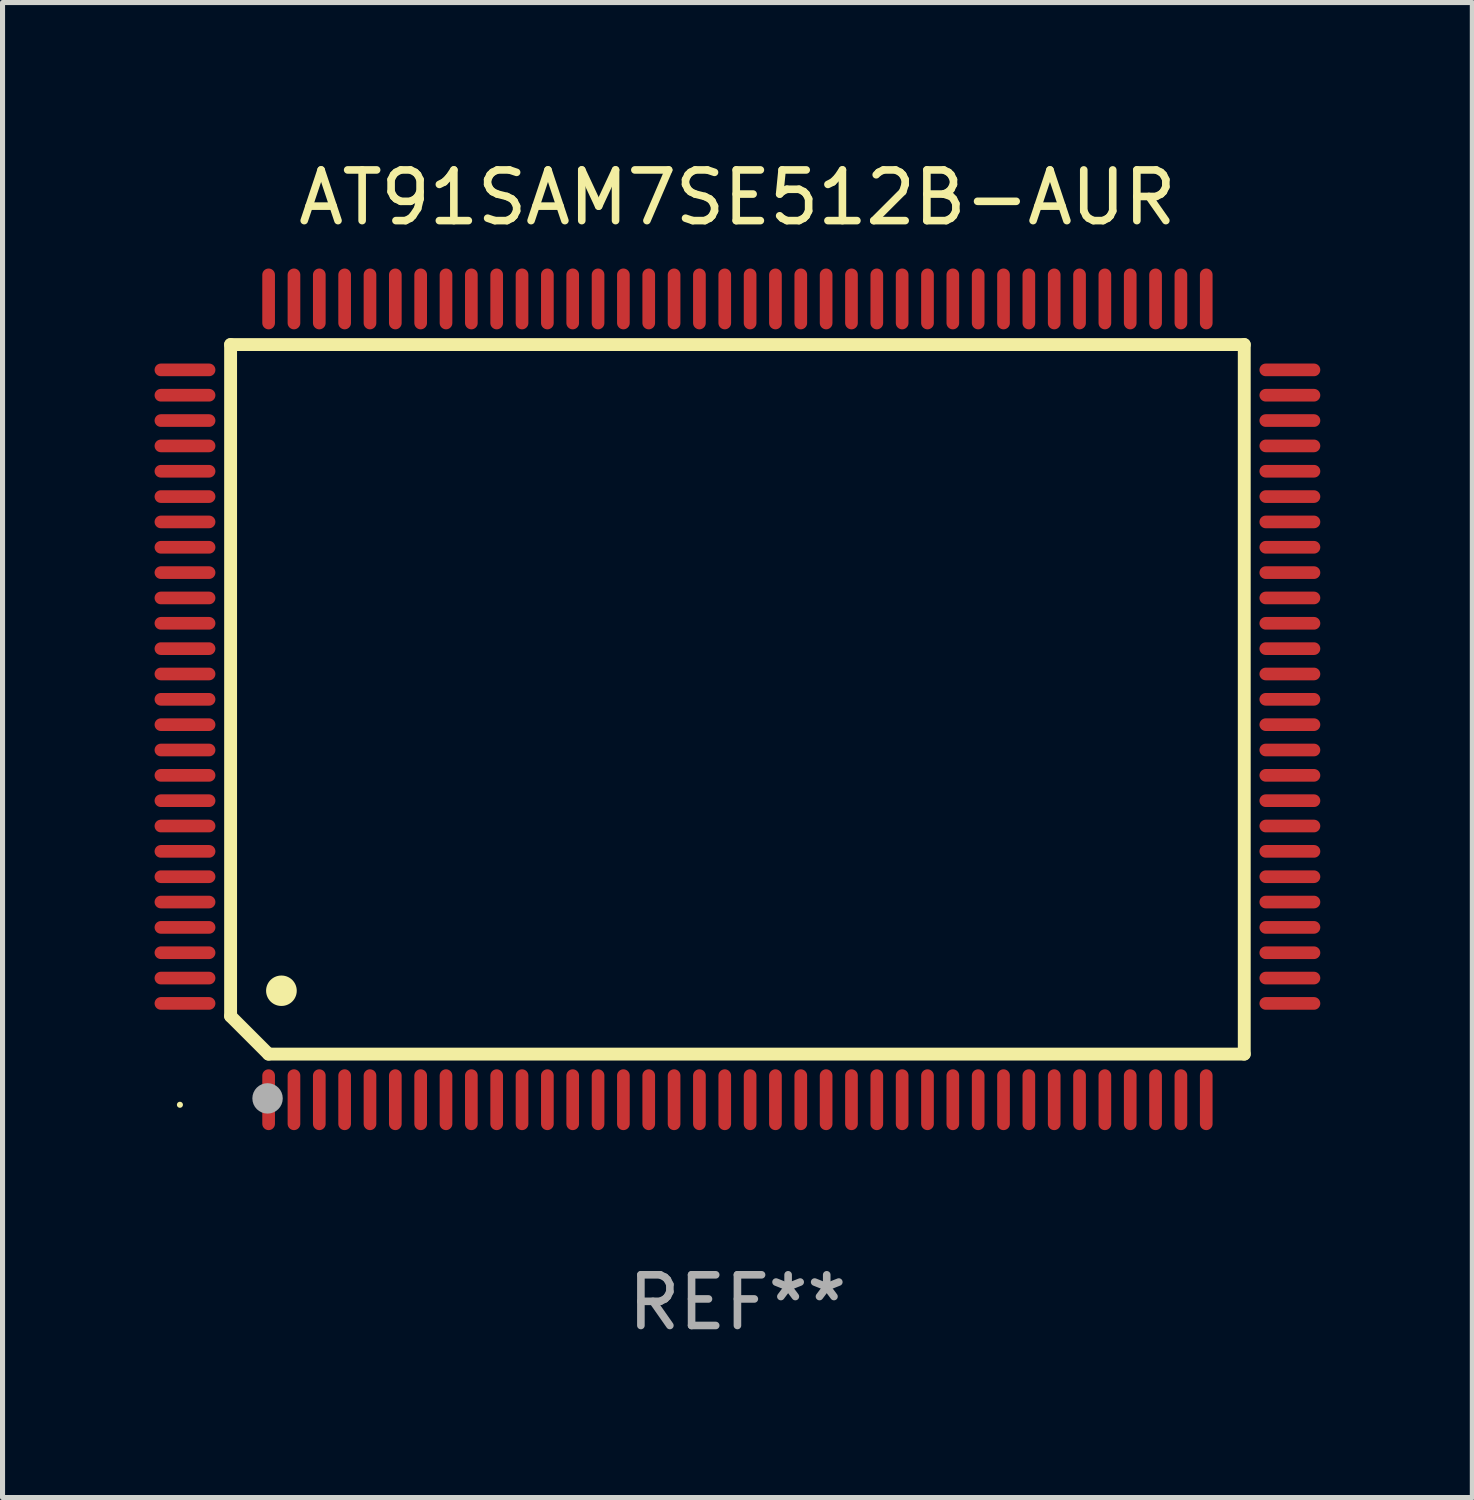
<source format=kicad_pcb>
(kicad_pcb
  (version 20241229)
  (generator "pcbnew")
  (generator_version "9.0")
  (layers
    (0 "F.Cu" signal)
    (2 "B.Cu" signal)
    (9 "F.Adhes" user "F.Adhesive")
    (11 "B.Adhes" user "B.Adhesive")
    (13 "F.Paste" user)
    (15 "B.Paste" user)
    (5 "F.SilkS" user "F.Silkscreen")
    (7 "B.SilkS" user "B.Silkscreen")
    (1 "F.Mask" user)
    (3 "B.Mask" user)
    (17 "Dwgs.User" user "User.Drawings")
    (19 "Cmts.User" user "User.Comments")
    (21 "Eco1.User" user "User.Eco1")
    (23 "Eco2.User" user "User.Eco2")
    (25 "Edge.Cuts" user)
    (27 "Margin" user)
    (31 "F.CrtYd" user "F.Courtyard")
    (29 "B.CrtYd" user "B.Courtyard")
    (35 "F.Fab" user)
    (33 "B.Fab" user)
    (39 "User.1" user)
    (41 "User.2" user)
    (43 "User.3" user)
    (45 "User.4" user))
  (footprint "AT91SAM7SE512B-AUR"
    (layer "F.Cu")
    (at 11.5 10.748)
    (property "Reference" "AT91SAM7SE512B-AUR" (at 0 -9.9 0) (layer "F.SilkS") (effects (font (size 1 1) (thickness 0.15))))
    (attr through_hole)
    (fp_line (start -10 -7) (end -10 6.25) (stroke (width 0.254) (type solid)) (layer "F.SilkS"))
    (fp_line (start -10 -7) (end 10 -7) (stroke (width 0.254) (type solid)) (layer "F.SilkS"))
    (fp_line (start -9.252 7) (end -10 6.252) (stroke (width 0.254) (type solid)) (layer "F.SilkS"))
    (fp_line (start 10 -7) (end 10 7) (stroke (width 0.254) (type solid)) (layer "F.SilkS"))
    (fp_line (start 10 7) (end -9.252 7) (stroke (width 0.254) (type solid)) (layer "F.SilkS"))
    (fp_arc (start -9.000025 5.750013) (mid -8.997485 5.750002) (end -8.994945 5.750013) (stroke (width 0.6) (type solid)) (layer "F.SilkS"))
    (fp_circle (center -11 8) (end -10.97 8) (stroke (width 0.06) (type solid)) (fill no) (layer "F.SilkS"))
    (fp_circle (center -9.271 7.874) (end -9.121 7.874) (stroke (width 0.3) (type solid)) (fill no) (layer "F.Fab"))
    (fp_text user "REF**" (at 0 11.9 0) (layer "F.Fab") (effects (font (size 1 1) (thickness 0.15))))
    (pad "1" smd oval (at -9.25 7.9) (size 0.25 1.2) (layers "F.Cu" "F.Mask" "F.Paste"))
    (pad "2" smd oval (at -8.75 7.9) (size 0.25 1.2) (layers "F.Cu" "F.Mask" "F.Paste"))
    (pad "3" smd oval (at -8.25 7.9) (size 0.25 1.2) (layers "F.Cu" "F.Mask" "F.Paste"))
    (pad "4" smd oval (at -7.75 7.9) (size 0.25 1.2) (layers "F.Cu" "F.Mask" "F.Paste"))
    (pad "5" smd oval (at -7.25 7.9) (size 0.25 1.2) (layers "F.Cu" "F.Mask" "F.Paste"))
    (pad "6" smd oval (at -6.75 7.9) (size 0.25 1.2) (layers "F.Cu" "F.Mask" "F.Paste"))
    (pad "7" smd oval (at -6.25 7.9) (size 0.25 1.2) (layers "F.Cu" "F.Mask" "F.Paste"))
    (pad "8" smd oval (at -5.75 7.9) (size 0.25 1.2) (layers "F.Cu" "F.Mask" "F.Paste"))
    (pad "9" smd oval (at -5.25 7.9) (size 0.25 1.2) (layers "F.Cu" "F.Mask" "F.Paste"))
    (pad "10" smd oval (at -4.75 7.9) (size 0.25 1.2) (layers "F.Cu" "F.Mask" "F.Paste"))
    (pad "11" smd oval (at -4.25 7.9) (size 0.25 1.2) (layers "F.Cu" "F.Mask" "F.Paste"))
    (pad "12" smd oval (at -3.75 7.9) (size 0.25 1.2) (layers "F.Cu" "F.Mask" "F.Paste"))
    (pad "13" smd oval (at -3.25 7.9) (size 0.25 1.2) (layers "F.Cu" "F.Mask" "F.Paste"))
    (pad "14" smd oval (at -2.75 7.9) (size 0.25 1.2) (layers "F.Cu" "F.Mask" "F.Paste"))
    (pad "15" smd oval (at -2.25 7.9) (size 0.25 1.2) (layers "F.Cu" "F.Mask" "F.Paste"))
    (pad "16" smd oval (at -1.75 7.9) (size 0.25 1.2) (layers "F.Cu" "F.Mask" "F.Paste"))
    (pad "17" smd oval (at -1.25 7.9) (size 0.25 1.2) (layers "F.Cu" "F.Mask" "F.Paste"))
    (pad "18" smd oval (at -0.75 7.9) (size 0.25 1.2) (layers "F.Cu" "F.Mask" "F.Paste"))
    (pad "19" smd oval (at -0.25 7.9) (size 0.25 1.2) (layers "F.Cu" "F.Mask" "F.Paste"))
    (pad "20" smd oval (at 0.25 7.9) (size 0.25 1.2) (layers "F.Cu" "F.Mask" "F.Paste"))
    (pad "21" smd oval (at 0.75 7.9) (size 0.25 1.2) (layers "F.Cu" "F.Mask" "F.Paste"))
    (pad "22" smd oval (at 1.25 7.9) (size 0.25 1.2) (layers "F.Cu" "F.Mask" "F.Paste"))
    (pad "23" smd oval (at 1.75 7.9) (size 0.25 1.2) (layers "F.Cu" "F.Mask" "F.Paste"))
    (pad "24" smd oval (at 2.25 7.9) (size 0.25 1.2) (layers "F.Cu" "F.Mask" "F.Paste"))
    (pad "25" smd oval (at 2.75 7.9) (size 0.25 1.2) (layers "F.Cu" "F.Mask" "F.Paste"))
    (pad "26" smd oval (at 3.25 7.9) (size 0.25 1.2) (layers "F.Cu" "F.Mask" "F.Paste"))
    (pad "27" smd oval (at 3.75 7.9) (size 0.25 1.2) (layers "F.Cu" "F.Mask" "F.Paste"))
    (pad "28" smd oval (at 4.25 7.9) (size 0.25 1.2) (layers "F.Cu" "F.Mask" "F.Paste"))
    (pad "29" smd oval (at 4.75 7.9) (size 0.25 1.2) (layers "F.Cu" "F.Mask" "F.Paste"))
    (pad "30" smd oval (at 5.25 7.9) (size 0.25 1.2) (layers "F.Cu" "F.Mask" "F.Paste"))
    (pad "31" smd oval (at 5.75 7.9) (size 0.25 1.2) (layers "F.Cu" "F.Mask" "F.Paste"))
    (pad "32" smd oval (at 6.25 7.9) (size 0.25 1.2) (layers "F.Cu" "F.Mask" "F.Paste"))
    (pad "33" smd oval (at 6.75 7.9 180) (size 0.25 1.2) (layers "F.Cu" "F.Mask" "F.Paste"))
    (pad "34" smd oval (at 7.25 7.9 180) (size 0.25 1.2) (layers "F.Cu" "F.Mask" "F.Paste"))
    (pad "35" smd oval (at 7.75 7.9 180) (size 0.25 1.2) (layers "F.Cu" "F.Mask" "F.Paste"))
    (pad "36" smd oval (at 8.25 7.9 180) (size 0.25 1.2) (layers "F.Cu" "F.Mask" "F.Paste"))
    (pad "37" smd oval (at 8.75 7.9 180) (size 0.25 1.2) (layers "F.Cu" "F.Mask" "F.Paste"))
    (pad "38" smd oval (at 9.25 7.9 180) (size 0.25 1.2) (layers "F.Cu" "F.Mask" "F.Paste"))
    (pad "39" smd oval (at 10.9 6 270) (size 0.25 1.2) (layers "F.Cu" "F.Mask" "F.Paste"))
    (pad "40" smd oval (at 10.9 5.5 270) (size 0.25 1.2) (layers "F.Cu" "F.Mask" "F.Paste"))
    (pad "41" smd oval (at 10.9 5 270) (size 0.25 1.2) (layers "F.Cu" "F.Mask" "F.Paste"))
    (pad "42" smd oval (at 10.9 4.5 270) (size 0.25 1.2) (layers "F.Cu" "F.Mask" "F.Paste"))
    (pad "43" smd oval (at 10.9 4 270) (size 0.25 1.2) (layers "F.Cu" "F.Mask" "F.Paste"))
    (pad "44" smd oval (at 10.9 3.5 270) (size 0.25 1.2) (layers "F.Cu" "F.Mask" "F.Paste"))
    (pad "45" smd oval (at 10.9 3 270) (size 0.25 1.2) (layers "F.Cu" "F.Mask" "F.Paste"))
    (pad "46" smd oval (at 10.9 2.5 270) (size 0.25 1.2) (layers "F.Cu" "F.Mask" "F.Paste"))
    (pad "47" smd oval (at 10.9 2 270) (size 0.25 1.2) (layers "F.Cu" "F.Mask" "F.Paste"))
    (pad "48" smd oval (at 10.9 1.5 270) (size 0.25 1.2) (layers "F.Cu" "F.Mask" "F.Paste"))
    (pad "49" smd oval (at 10.9 1 270) (size 0.25 1.2) (layers "F.Cu" "F.Mask" "F.Paste"))
    (pad "50" smd oval (at 10.9 0.5 270) (size 0.25 1.2) (layers "F.Cu" "F.Mask" "F.Paste"))
    (pad "51" smd oval (at 10.9 0 270) (size 0.25 1.2) (layers "F.Cu" "F.Mask" "F.Paste"))
    (pad "52" smd oval (at 10.9 -0.5 270) (size 0.25 1.2) (layers "F.Cu" "F.Mask" "F.Paste"))
    (pad "53" smd oval (at 10.9 -1 270) (size 0.25 1.2) (layers "F.Cu" "F.Mask" "F.Paste"))
    (pad "54" smd oval (at 10.9 -1.5 270) (size 0.25 1.2) (layers "F.Cu" "F.Mask" "F.Paste"))
    (pad "55" smd oval (at 10.9 -2 270) (size 0.25 1.2) (layers "F.Cu" "F.Mask" "F.Paste"))
    (pad "56" smd oval (at 10.9 -2.5 270) (size 0.25 1.2) (layers "F.Cu" "F.Mask" "F.Paste"))
    (pad "57" smd oval (at 10.9 -3 270) (size 0.25 1.2) (layers "F.Cu" "F.Mask" "F.Paste"))
    (pad "58" smd oval (at 10.9 -3.5 270) (size 0.25 1.2) (layers "F.Cu" "F.Mask" "F.Paste"))
    (pad "59" smd oval (at 10.9 -4 270) (size 0.25 1.2) (layers "F.Cu" "F.Mask" "F.Paste"))
    (pad "60" smd oval (at 10.9 -4.5 270) (size 0.25 1.2) (layers "F.Cu" "F.Mask" "F.Paste"))
    (pad "61" smd oval (at 10.9 -5 270) (size 0.25 1.2) (layers "F.Cu" "F.Mask" "F.Paste"))
    (pad "62" smd oval (at 10.9 -5.5 270) (size 0.25 1.2) (layers "F.Cu" "F.Mask" "F.Paste"))
    (pad "63" smd oval (at 10.9 -6 270) (size 0.25 1.2) (layers "F.Cu" "F.Mask" "F.Paste"))
    (pad "64" smd oval (at 10.9 -6.5 270) (size 0.25 1.2) (layers "F.Cu" "F.Mask" "F.Paste"))
    (pad "65" smd oval (at 9.25 -7.9 180) (size 0.25 1.2) (layers "F.Cu" "F.Mask" "F.Paste"))
    (pad "66" smd oval (at 8.75 -7.9 180) (size 0.25 1.2) (layers "F.Cu" "F.Mask" "F.Paste"))
    (pad "67" smd oval (at 8.25 -7.9 180) (size 0.25 1.2) (layers "F.Cu" "F.Mask" "F.Paste"))
    (pad "68" smd oval (at 7.75 -7.9 180) (size 0.25 1.2) (layers "F.Cu" "F.Mask" "F.Paste"))
    (pad "69" smd oval (at 7.25 -7.9 180) (size 0.25 1.2) (layers "F.Cu" "F.Mask" "F.Paste"))
    (pad "70" smd oval (at 6.75 -7.9 180) (size 0.25 1.2) (layers "F.Cu" "F.Mask" "F.Paste"))
    (pad "71" smd oval (at 6.25 -7.9 180) (size 0.25 1.2) (layers "F.Cu" "F.Mask" "F.Paste"))
    (pad "72" smd oval (at 5.75 -7.9 180) (size 0.25 1.2) (layers "F.Cu" "F.Mask" "F.Paste"))
    (pad "73" smd oval (at 5.25 -7.9 180) (size 0.25 1.2) (layers "F.Cu" "F.Mask" "F.Paste"))
    (pad "74" smd oval (at 4.75 -7.9 180) (size 0.25 1.2) (layers "F.Cu" "F.Mask" "F.Paste"))
    (pad "75" smd oval (at 4.25 -7.9 180) (size 0.25 1.2) (layers "F.Cu" "F.Mask" "F.Paste"))
    (pad "76" smd oval (at 3.75 -7.9 180) (size 0.25 1.2) (layers "F.Cu" "F.Mask" "F.Paste"))
    (pad "77" smd oval (at 3.25 -7.9 180) (size 0.25 1.2) (layers "F.Cu" "F.Mask" "F.Paste"))
    (pad "78" smd oval (at 2.75 -7.9 180) (size 0.25 1.2) (layers "F.Cu" "F.Mask" "F.Paste"))
    (pad "79" smd oval (at 2.25 -7.9 180) (size 0.25 1.2) (layers "F.Cu" "F.Mask" "F.Paste"))
    (pad "80" smd oval (at 1.75 -7.9 180) (size 0.25 1.2) (layers "F.Cu" "F.Mask" "F.Paste"))
    (pad "81" smd oval (at 1.25 -7.9 180) (size 0.25 1.2) (layers "F.Cu" "F.Mask" "F.Paste"))
    (pad "82" smd oval (at 0.75 -7.9 180) (size 0.25 1.2) (layers "F.Cu" "F.Mask" "F.Paste"))
    (pad "83" smd oval (at 0.25 -7.9 180) (size 0.25 1.2) (layers "F.Cu" "F.Mask" "F.Paste"))
    (pad "84" smd oval (at -0.25 -7.9 180) (size 0.25 1.2) (layers "F.Cu" "F.Mask" "F.Paste"))
    (pad "85" smd oval (at -0.75 -7.9 180) (size 0.25 1.2) (layers "F.Cu" "F.Mask" "F.Paste"))
    (pad "86" smd oval (at -1.25 -7.9 180) (size 0.25 1.2) (layers "F.Cu" "F.Mask" "F.Paste"))
    (pad "87" smd oval (at -1.75 -7.9 180) (size 0.25 1.2) (layers "F.Cu" "F.Mask" "F.Paste"))
    (pad "88" smd oval (at -2.25 -7.9 180) (size 0.25 1.2) (layers "F.Cu" "F.Mask" "F.Paste"))
    (pad "89" smd oval (at -2.75 -7.9 180) (size 0.25 1.2) (layers "F.Cu" "F.Mask" "F.Paste"))
    (pad "90" smd oval (at -3.25 -7.9 180) (size 0.25 1.2) (layers "F.Cu" "F.Mask" "F.Paste"))
    (pad "91" smd oval (at -3.75 -7.9 180) (size 0.25 1.2) (layers "F.Cu" "F.Mask" "F.Paste"))
    (pad "92" smd oval (at -4.25 -7.9 180) (size 0.25 1.2) (layers "F.Cu" "F.Mask" "F.Paste"))
    (pad "93" smd oval (at -4.75 -7.9 180) (size 0.25 1.2) (layers "F.Cu" "F.Mask" "F.Paste"))
    (pad "94" smd oval (at -5.25 -7.9 180) (size 0.25 1.2) (layers "F.Cu" "F.Mask" "F.Paste"))
    (pad "95" smd oval (at -5.75 -7.9 180) (size 0.25 1.2) (layers "F.Cu" "F.Mask" "F.Paste"))
    (pad "96" smd oval (at -6.25 -7.9 180) (size 0.25 1.2) (layers "F.Cu" "F.Mask" "F.Paste"))
    (pad "97" smd oval (at -6.75 -7.9 180) (size 0.25 1.2) (layers "F.Cu" "F.Mask" "F.Paste"))
    (pad "98" smd oval (at -7.25 -7.9 180) (size 0.25 1.2) (layers "F.Cu" "F.Mask" "F.Paste"))
    (pad "99" smd oval (at -7.75 -7.9 180) (size 0.25 1.2) (layers "F.Cu" "F.Mask" "F.Paste"))
    (pad "100" smd oval (at -8.25 -7.9 180) (size 0.25 1.2) (layers "F.Cu" "F.Mask" "F.Paste"))
    (pad "101" smd oval (at -8.75 -7.9 180) (size 0.25 1.2) (layers "F.Cu" "F.Mask" "F.Paste"))
    (pad "102" smd oval (at -9.25 -7.9) (size 0.25 1.2) (layers "F.Cu" "F.Mask" "F.Paste"))
    (pad "103" smd oval (at -10.9 -6.5 270) (size 0.25 1.2) (layers "F.Cu" "F.Mask" "F.Paste"))
    (pad "104" smd oval (at -10.9 -6 270) (size 0.25 1.2) (layers "F.Cu" "F.Mask" "F.Paste"))
    (pad "105" smd oval (at -10.9 -5.5 270) (size 0.25 1.2) (layers "F.Cu" "F.Mask" "F.Paste"))
    (pad "106" smd oval (at -10.9 -5 270) (size 0.25 1.2) (layers "F.Cu" "F.Mask" "F.Paste"))
    (pad "107" smd oval (at -10.9 -4.5 270) (size 0.25 1.2) (layers "F.Cu" "F.Mask" "F.Paste"))
    (pad "108" smd oval (at -10.9 -4 270) (size 0.25 1.2) (layers "F.Cu" "F.Mask" "F.Paste"))
    (pad "109" smd oval (at -10.9 -3.5 270) (size 0.25 1.2) (layers "F.Cu" "F.Mask" "F.Paste"))
    (pad "110" smd oval (at -10.9 -3 270) (size 0.25 1.2) (layers "F.Cu" "F.Mask" "F.Paste"))
    (pad "111" smd oval (at -10.9 -2.5 270) (size 0.25 1.2) (layers "F.Cu" "F.Mask" "F.Paste"))
    (pad "112" smd oval (at -10.9 -2 270) (size 0.25 1.2) (layers "F.Cu" "F.Mask" "F.Paste"))
    (pad "113" smd oval (at -10.9 -1.5 270) (size 0.25 1.2) (layers "F.Cu" "F.Mask" "F.Paste"))
    (pad "114" smd oval (at -10.9 -1 270) (size 0.25 1.2) (layers "F.Cu" "F.Mask" "F.Paste"))
    (pad "115" smd oval (at -10.9 -0.5 270) (size 0.25 1.2) (layers "F.Cu" "F.Mask" "F.Paste"))
    (pad "116" smd oval (at -10.9 0 270) (size 0.25 1.2) (layers "F.Cu" "F.Mask" "F.Paste"))
    (pad "117" smd oval (at -10.9 0.5 270) (size 0.25 1.2) (layers "F.Cu" "F.Mask" "F.Paste"))
    (pad "118" smd oval (at -10.9 1 270) (size 0.25 1.2) (layers "F.Cu" "F.Mask" "F.Paste"))
    (pad "119" smd oval (at -10.9 1.5 270) (size 0.25 1.2) (layers "F.Cu" "F.Mask" "F.Paste"))
    (pad "120" smd oval (at -10.9 2 270) (size 0.25 1.2) (layers "F.Cu" "F.Mask" "F.Paste"))
    (pad "121" smd oval (at -10.9 2.5 270) (size 0.25 1.2) (layers "F.Cu" "F.Mask" "F.Paste"))
    (pad "122" smd oval (at -10.9 3 270) (size 0.25 1.2) (layers "F.Cu" "F.Mask" "F.Paste"))
    (pad "123" smd oval (at -10.9 3.5 270) (size 0.25 1.2) (layers "F.Cu" "F.Mask" "F.Paste"))
    (pad "124" smd oval (at -10.9 4 270) (size 0.25 1.2) (layers "F.Cu" "F.Mask" "F.Paste"))
    (pad "125" smd oval (at -10.9 4.5 270) (size 0.25 1.2) (layers "F.Cu" "F.Mask" "F.Paste"))
    (pad "126" smd oval (at -10.9 5 270) (size 0.25 1.2) (layers "F.Cu" "F.Mask" "F.Paste"))
    (pad "127" smd oval (at -10.9 5.5 270) (size 0.25 1.2) (layers "F.Cu" "F.Mask" "F.Paste"))
    (pad "128" smd oval (at -10.9 6 270) (size 0.25 1.2) (layers "F.Cu" "F.Mask" "F.Paste")))
  (gr_rect
    (start -3 -3)
    (end 26 26.497)
    (stroke (width 0.1) (type default))
    (fill no)
    (layer "Edge.Cuts")))
</source>
